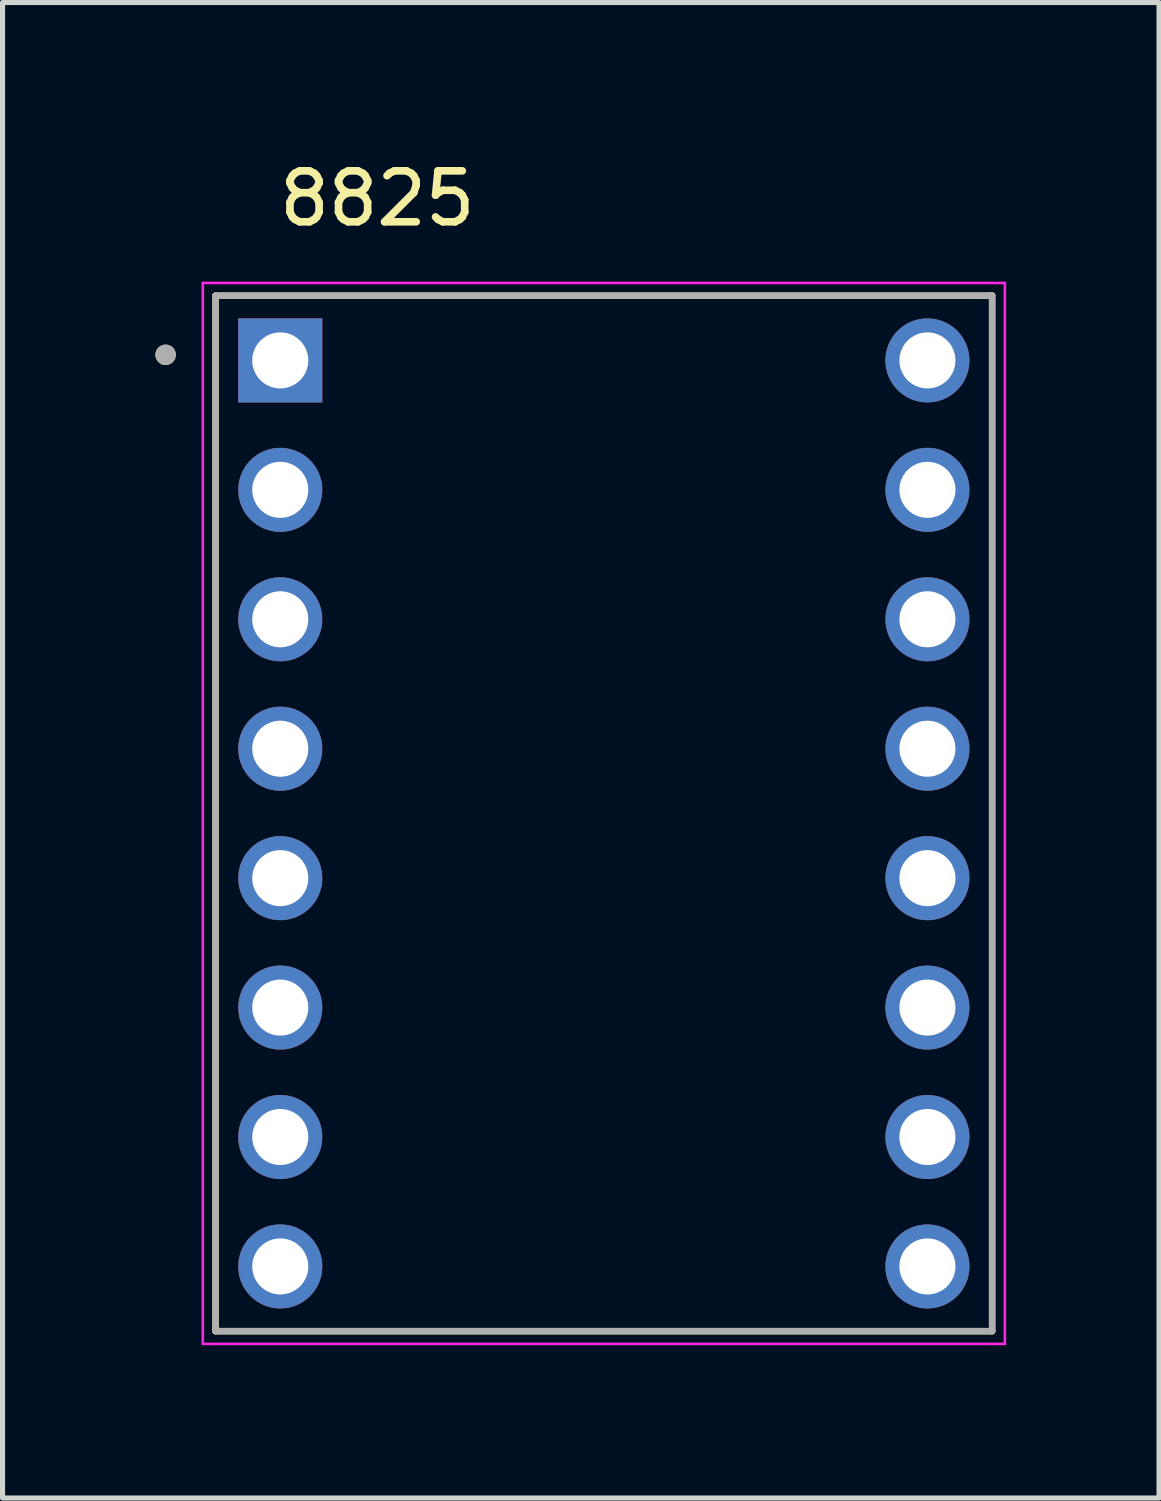
<source format=kicad_pcb>
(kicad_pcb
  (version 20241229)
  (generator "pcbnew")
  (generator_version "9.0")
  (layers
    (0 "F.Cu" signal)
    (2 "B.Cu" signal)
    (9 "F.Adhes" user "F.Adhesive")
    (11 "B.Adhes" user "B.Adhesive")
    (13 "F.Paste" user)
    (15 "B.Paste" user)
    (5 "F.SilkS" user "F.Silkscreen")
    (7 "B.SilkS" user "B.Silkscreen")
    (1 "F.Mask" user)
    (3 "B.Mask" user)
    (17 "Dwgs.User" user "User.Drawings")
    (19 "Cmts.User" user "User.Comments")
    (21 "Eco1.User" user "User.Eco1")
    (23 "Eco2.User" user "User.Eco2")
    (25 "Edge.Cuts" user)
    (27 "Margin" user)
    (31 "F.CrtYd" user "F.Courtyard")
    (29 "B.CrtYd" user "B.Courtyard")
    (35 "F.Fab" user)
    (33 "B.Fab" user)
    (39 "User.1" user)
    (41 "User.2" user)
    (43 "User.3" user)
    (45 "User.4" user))
  (footprint "8825"
    (layer "F.Cu")
    (at 8.8 12.913)
    (property "Reference" "8825" (at -4.445 -12.065 0) (layer "F.SilkS") (effects (font (size 1 1) (thickness 0.15))))
    (attr through_hole)
    (fp_line (start -7.62 -10.16) (end 7.62 -10.16) (stroke (width 0.127) (type solid)) (layer "F.SilkS"))
    (fp_line (start -7.62 10.16) (end -7.62 -10.16) (stroke (width 0.127) (type solid)) (layer "F.SilkS"))
    (fp_line (start 7.62 -10.16) (end 7.62 10.16) (stroke (width 0.127) (type solid)) (layer "F.SilkS"))
    (fp_line (start 7.62 10.16) (end -7.62 10.16) (stroke (width 0.127) (type solid)) (layer "F.SilkS"))
    (fp_circle (center -8.6 -9) (end -8.5 -9) (stroke (width 0.2) (type solid)) (fill no) (layer "F.SilkS"))
    (fp_line (start -7.87 -10.41) (end 7.87 -10.41) (stroke (width 0.05) (type solid)) (layer "F.CrtYd"))
    (fp_line (start -7.87 10.41) (end -7.87 -10.41) (stroke (width 0.05) (type solid)) (layer "F.CrtYd"))
    (fp_line (start 7.87 -10.41) (end 7.87 10.41) (stroke (width 0.05) (type solid)) (layer "F.CrtYd"))
    (fp_line (start 7.87 10.41) (end -7.87 10.41) (stroke (width 0.05) (type solid)) (layer "F.CrtYd"))
    (fp_line (start -7.62 -10.16) (end 7.62 -10.16) (stroke (width 0.127) (type solid)) (layer "F.Fab"))
    (fp_line (start -7.62 10.16) (end -7.62 -10.16) (stroke (width 0.127) (type solid)) (layer "F.Fab"))
    (fp_line (start 7.62 -10.16) (end 7.62 10.16) (stroke (width 0.127) (type solid)) (layer "F.Fab"))
    (fp_line (start 7.62 10.16) (end -7.62 10.16) (stroke (width 0.127) (type solid)) (layer "F.Fab"))
    (fp_circle (center -8.6 -9) (end -8.5 -9) (stroke (width 0.2) (type solid)) (fill no) (layer "F.Fab"))
    (pad "1" thru_hole rect (at -6.35 -8.89) (size 1.65 1.65) (drill 1.1) (layers "*.Cu" "*.Mask"))
    (pad "2" thru_hole circle (at -6.35 -6.35) (size 1.65 1.65) (drill 1.1) (layers "*.Cu" "*.Mask"))
    (pad "3" thru_hole circle (at -6.35 -3.81) (size 1.65 1.65) (drill 1.1) (layers "*.Cu" "*.Mask"))
    (pad "4" thru_hole circle (at -6.35 -1.27) (size 1.65 1.65) (drill 1.1) (layers "*.Cu" "*.Mask"))
    (pad "5" thru_hole circle (at -6.35 1.27) (size 1.65 1.65) (drill 1.1) (layers "*.Cu" "*.Mask"))
    (pad "6" thru_hole circle (at -6.35 3.81) (size 1.65 1.65) (drill 1.1) (layers "*.Cu" "*.Mask"))
    (pad "7" thru_hole circle (at -6.35 6.35) (size 1.65 1.65) (drill 1.1) (layers "*.Cu" "*.Mask"))
    (pad "8" thru_hole circle (at -6.35 8.89) (size 1.65 1.65) (drill 1.1) (layers "*.Cu" "*.Mask"))
    (pad "9" thru_hole circle (at 6.35 8.89) (size 1.65 1.65) (drill 1.1) (layers "*.Cu" "*.Mask"))
    (pad "10" thru_hole circle (at 6.35 6.35) (size 1.65 1.65) (drill 1.1) (layers "*.Cu" "*.Mask"))
    (pad "11" thru_hole circle (at 6.35 3.81) (size 1.65 1.65) (drill 1.1) (layers "*.Cu" "*.Mask"))
    (pad "12" thru_hole circle (at 6.35 1.27) (size 1.65 1.65) (drill 1.1) (layers "*.Cu" "*.Mask"))
    (pad "13" thru_hole circle (at 6.35 -1.27) (size 1.65 1.65) (drill 1.1) (layers "*.Cu" "*.Mask"))
    (pad "14" thru_hole circle (at 6.35 -3.81) (size 1.65 1.65) (drill 1.1) (layers "*.Cu" "*.Mask"))
    (pad "15" thru_hole circle (at 6.35 -6.35) (size 1.65 1.65) (drill 1.1) (layers "*.Cu" "*.Mask"))
    (pad "16" thru_hole circle (at 6.35 -8.89) (size 1.65 1.65) (drill 1.1) (layers "*.Cu" "*.Mask")))
  (gr_rect
    (start -3 -3)
    (end 19.695 26.348)
    (stroke (width 0.1) (type default))
    (fill no)
    (layer "Edge.Cuts")))
</source>
